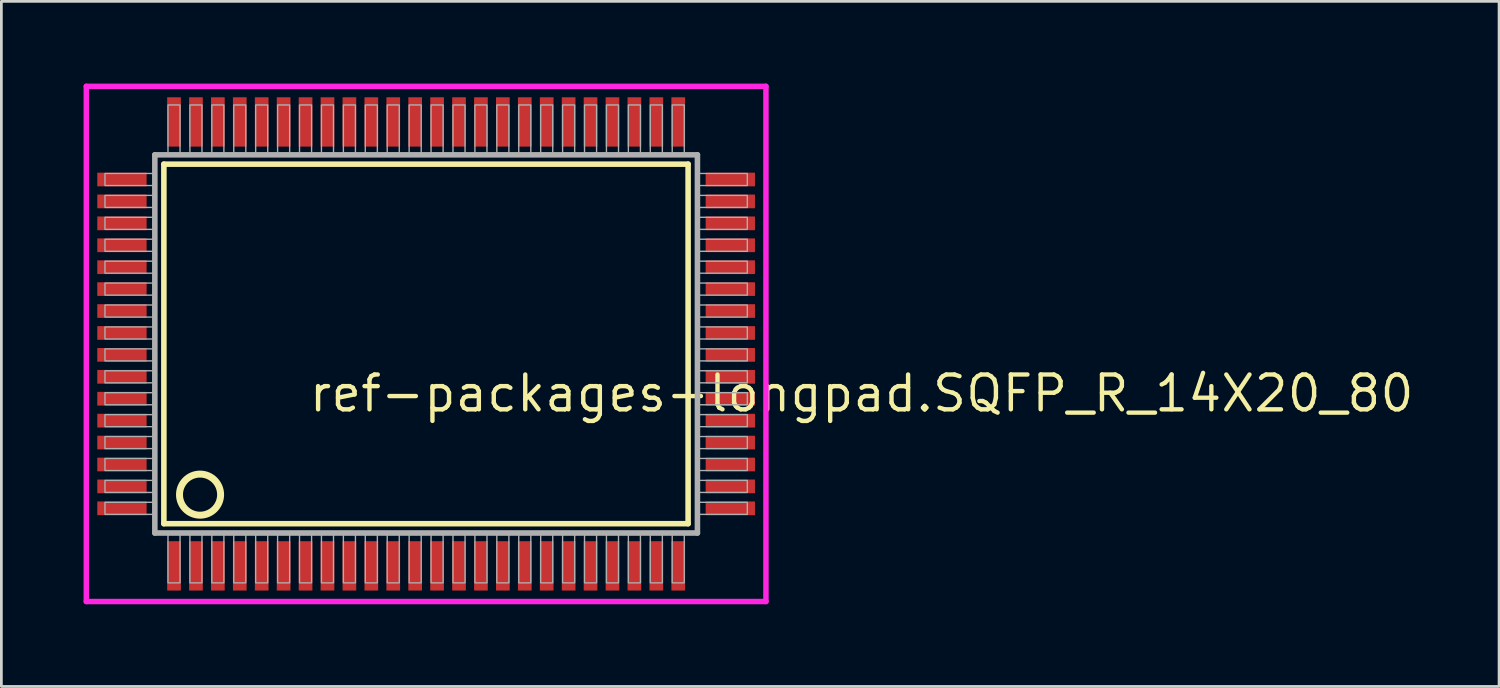
<source format=kicad_pcb>
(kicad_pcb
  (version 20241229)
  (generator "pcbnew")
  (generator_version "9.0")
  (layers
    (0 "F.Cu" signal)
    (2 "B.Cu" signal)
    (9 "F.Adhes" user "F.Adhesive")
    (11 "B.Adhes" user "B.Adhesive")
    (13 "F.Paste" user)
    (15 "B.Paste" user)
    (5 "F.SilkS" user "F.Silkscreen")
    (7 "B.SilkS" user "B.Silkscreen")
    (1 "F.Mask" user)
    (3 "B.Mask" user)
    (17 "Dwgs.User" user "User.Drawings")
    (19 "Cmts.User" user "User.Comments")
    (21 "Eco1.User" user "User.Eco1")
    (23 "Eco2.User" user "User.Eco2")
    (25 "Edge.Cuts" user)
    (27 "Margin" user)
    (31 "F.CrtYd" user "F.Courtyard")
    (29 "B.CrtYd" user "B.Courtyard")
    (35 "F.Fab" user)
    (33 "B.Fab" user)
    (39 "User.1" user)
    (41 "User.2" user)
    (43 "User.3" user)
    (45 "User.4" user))
  (footprint "ref-packages-longpad.SQFP_R_14X20_80"
    (layer "F.Cu")
    (at 12.5 9.5)
    (property "Reference" "ref-packages-longpad.SQFP_R_14X20_80" (at -4.35 2.55 0) (layer "F.SilkS") (effects (font (size 1.27 1.27) (thickness 0.16)) (justify left bottom)))
    (attr smd)
    (fp_line (start -9.57 -6.56) (end 9.56 -6.56) (stroke (width 0.203) (type default)) (layer "F.SilkS"))
    (fp_line (start -9.57 6.56) (end -9.57 -6.56) (stroke (width 0.203) (type default)) (layer "F.SilkS"))
    (fp_line (start 9.56 -6.56) (end 9.56 6.56) (stroke (width 0.203) (type default)) (layer "F.SilkS"))
    (fp_line (start 9.56 6.56) (end -9.57 6.56) (stroke (width 0.203) (type default)) (layer "F.SilkS"))
    (fp_circle (center -8.25 5.5) (end -7.5 5.5) (stroke (width 0.254) (type default)) (fill no) (layer "F.SilkS"))
    (fp_line (start -12.4 -9.4) (end 12.4 -9.4) (stroke (width 0.2) (type default)) (layer "F.CrtYd"))
    (fp_line (start -12.4 9.4) (end -12.4 -9.4) (stroke (width 0.2) (type default)) (layer "F.CrtYd"))
    (fp_line (start 12.4 -9.4) (end 12.4 9.4) (stroke (width 0.2) (type default)) (layer "F.CrtYd"))
    (fp_line (start 12.4 9.4) (end -12.4 9.4) (stroke (width 0.2) (type default)) (layer "F.CrtYd"))
    (fp_line (start -9.9 -6.9) (end -9.9 6.9) (stroke (width 0.203) (type default)) (layer "F.Fab"))
    (fp_line (start -9.9 6.9) (end 9.9 6.9) (stroke (width 0.203) (type default)) (layer "F.Fab"))
    (fp_line (start 9.9 -6.9) (end -9.9 -6.9) (stroke (width 0.203) (type default)) (layer "F.Fab"))
    (fp_line (start 9.9 6.9) (end 9.9 -6.9) (stroke (width 0.203) (type default)) (layer "F.Fab"))
    (fp_rect (start -11.72 -5.78) (end -9.95 -6.22) (stroke (width 0.05) (type default)) (fill no) (layer "F.Fab"))
    (fp_rect (start -11.72 -4.98) (end -9.95 -5.42) (stroke (width 0.05) (type default)) (fill no) (layer "F.Fab"))
    (fp_rect (start -11.72 -4.18) (end -9.95 -4.62) (stroke (width 0.05) (type default)) (fill no) (layer "F.Fab"))
    (fp_rect (start -11.72 -3.38) (end -9.95 -3.82) (stroke (width 0.05) (type default)) (fill no) (layer "F.Fab"))
    (fp_rect (start -11.72 -2.58) (end -9.95 -3.02) (stroke (width 0.05) (type default)) (fill no) (layer "F.Fab"))
    (fp_rect (start -11.72 -1.78) (end -9.95 -2.22) (stroke (width 0.05) (type default)) (fill no) (layer "F.Fab"))
    (fp_rect (start -11.72 -0.98) (end -9.95 -1.42) (stroke (width 0.05) (type default)) (fill no) (layer "F.Fab"))
    (fp_rect (start -11.72 -0.18) (end -9.95 -0.62) (stroke (width 0.05) (type default)) (fill no) (layer "F.Fab"))
    (fp_rect (start -11.72 0.62) (end -9.95 0.18) (stroke (width 0.05) (type default)) (fill no) (layer "F.Fab"))
    (fp_rect (start -11.72 1.42) (end -9.95 0.98) (stroke (width 0.05) (type default)) (fill no) (layer "F.Fab"))
    (fp_rect (start -11.72 2.22) (end -9.95 1.78) (stroke (width 0.05) (type default)) (fill no) (layer "F.Fab"))
    (fp_rect (start -11.72 3.02) (end -9.95 2.58) (stroke (width 0.05) (type default)) (fill no) (layer "F.Fab"))
    (fp_rect (start -11.72 3.82) (end -9.95 3.38) (stroke (width 0.05) (type default)) (fill no) (layer "F.Fab"))
    (fp_rect (start -11.72 4.62) (end -9.95 4.18) (stroke (width 0.05) (type default)) (fill no) (layer "F.Fab"))
    (fp_rect (start -11.72 5.42) (end -9.95 4.98) (stroke (width 0.05) (type default)) (fill no) (layer "F.Fab"))
    (fp_rect (start -11.72 6.22) (end -9.95 5.78) (stroke (width 0.05) (type default)) (fill no) (layer "F.Fab"))
    (fp_rect (start -9.42 -6.95) (end -8.98 -8.72) (stroke (width 0.05) (type default)) (fill no) (layer "F.Fab"))
    (fp_rect (start -9.42 8.72) (end -8.98 6.95) (stroke (width 0.05) (type default)) (fill no) (layer "F.Fab"))
    (fp_rect (start -8.62 -6.95) (end -8.18 -8.72) (stroke (width 0.05) (type default)) (fill no) (layer "F.Fab"))
    (fp_rect (start -8.62 8.72) (end -8.18 6.95) (stroke (width 0.05) (type default)) (fill no) (layer "F.Fab"))
    (fp_rect (start -7.82 -6.95) (end -7.38 -8.72) (stroke (width 0.05) (type default)) (fill no) (layer "F.Fab"))
    (fp_rect (start -7.82 8.72) (end -7.38 6.95) (stroke (width 0.05) (type default)) (fill no) (layer "F.Fab"))
    (fp_rect (start -7.02 -6.95) (end -6.58 -8.72) (stroke (width 0.05) (type default)) (fill no) (layer "F.Fab"))
    (fp_rect (start -7.02 8.72) (end -6.58 6.95) (stroke (width 0.05) (type default)) (fill no) (layer "F.Fab"))
    (fp_rect (start -6.22 -6.95) (end -5.78 -8.72) (stroke (width 0.05) (type default)) (fill no) (layer "F.Fab"))
    (fp_rect (start -6.22 8.72) (end -5.78 6.95) (stroke (width 0.05) (type default)) (fill no) (layer "F.Fab"))
    (fp_rect (start -5.42 -6.95) (end -4.98 -8.72) (stroke (width 0.05) (type default)) (fill no) (layer "F.Fab"))
    (fp_rect (start -5.42 8.72) (end -4.98 6.95) (stroke (width 0.05) (type default)) (fill no) (layer "F.Fab"))
    (fp_rect (start -4.62 -6.95) (end -4.18 -8.72) (stroke (width 0.05) (type default)) (fill no) (layer "F.Fab"))
    (fp_rect (start -4.62 8.72) (end -4.18 6.95) (stroke (width 0.05) (type default)) (fill no) (layer "F.Fab"))
    (fp_rect (start -3.82 -6.95) (end -3.38 -8.72) (stroke (width 0.05) (type default)) (fill no) (layer "F.Fab"))
    (fp_rect (start -3.82 8.72) (end -3.38 6.95) (stroke (width 0.05) (type default)) (fill no) (layer "F.Fab"))
    (fp_rect (start -3.02 -6.95) (end -2.58 -8.72) (stroke (width 0.05) (type default)) (fill no) (layer "F.Fab"))
    (fp_rect (start -3.02 8.72) (end -2.58 6.95) (stroke (width 0.05) (type default)) (fill no) (layer "F.Fab"))
    (fp_rect (start -2.22 -6.95) (end -1.78 -8.72) (stroke (width 0.05) (type default)) (fill no) (layer "F.Fab"))
    (fp_rect (start -2.22 8.72) (end -1.78 6.95) (stroke (width 0.05) (type default)) (fill no) (layer "F.Fab"))
    (fp_rect (start -1.42 -6.95) (end -0.98 -8.72) (stroke (width 0.05) (type default)) (fill no) (layer "F.Fab"))
    (fp_rect (start -1.42 8.72) (end -0.98 6.95) (stroke (width 0.05) (type default)) (fill no) (layer "F.Fab"))
    (fp_rect (start -0.62 -6.95) (end -0.18 -8.72) (stroke (width 0.05) (type default)) (fill no) (layer "F.Fab"))
    (fp_rect (start -0.62 8.72) (end -0.18 6.95) (stroke (width 0.05) (type default)) (fill no) (layer "F.Fab"))
    (fp_rect (start 0.18 -6.95) (end 0.62 -8.72) (stroke (width 0.05) (type default)) (fill no) (layer "F.Fab"))
    (fp_rect (start 0.18 8.72) (end 0.62 6.95) (stroke (width 0.05) (type default)) (fill no) (layer "F.Fab"))
    (fp_rect (start 0.98 -6.95) (end 1.42 -8.72) (stroke (width 0.05) (type default)) (fill no) (layer "F.Fab"))
    (fp_rect (start 0.98 8.72) (end 1.42 6.95) (stroke (width 0.05) (type default)) (fill no) (layer "F.Fab"))
    (fp_rect (start 1.78 -6.95) (end 2.22 -8.72) (stroke (width 0.05) (type default)) (fill no) (layer "F.Fab"))
    (fp_rect (start 1.78 8.72) (end 2.22 6.95) (stroke (width 0.05) (type default)) (fill no) (layer "F.Fab"))
    (fp_rect (start 2.58 -6.95) (end 3.02 -8.72) (stroke (width 0.05) (type default)) (fill no) (layer "F.Fab"))
    (fp_rect (start 2.58 8.72) (end 3.02 6.95) (stroke (width 0.05) (type default)) (fill no) (layer "F.Fab"))
    (fp_rect (start 3.38 -6.95) (end 3.82 -8.72) (stroke (width 0.05) (type default)) (fill no) (layer "F.Fab"))
    (fp_rect (start 3.38 8.72) (end 3.82 6.95) (stroke (width 0.05) (type default)) (fill no) (layer "F.Fab"))
    (fp_rect (start 4.18 -6.95) (end 4.62 -8.72) (stroke (width 0.05) (type default)) (fill no) (layer "F.Fab"))
    (fp_rect (start 4.18 8.72) (end 4.62 6.95) (stroke (width 0.05) (type default)) (fill no) (layer "F.Fab"))
    (fp_rect (start 4.98 -6.95) (end 5.42 -8.72) (stroke (width 0.05) (type default)) (fill no) (layer "F.Fab"))
    (fp_rect (start 4.98 8.72) (end 5.42 6.95) (stroke (width 0.05) (type default)) (fill no) (layer "F.Fab"))
    (fp_rect (start 5.78 -6.95) (end 6.22 -8.72) (stroke (width 0.05) (type default)) (fill no) (layer "F.Fab"))
    (fp_rect (start 5.78 8.72) (end 6.22 6.95) (stroke (width 0.05) (type default)) (fill no) (layer "F.Fab"))
    (fp_rect (start 6.58 -6.95) (end 7.02 -8.72) (stroke (width 0.05) (type default)) (fill no) (layer "F.Fab"))
    (fp_rect (start 6.58 8.72) (end 7.02 6.95) (stroke (width 0.05) (type default)) (fill no) (layer "F.Fab"))
    (fp_rect (start 7.38 -6.95) (end 7.82 -8.72) (stroke (width 0.05) (type default)) (fill no) (layer "F.Fab"))
    (fp_rect (start 7.38 8.72) (end 7.82 6.95) (stroke (width 0.05) (type default)) (fill no) (layer "F.Fab"))
    (fp_rect (start 8.18 -6.95) (end 8.62 -8.72) (stroke (width 0.05) (type default)) (fill no) (layer "F.Fab"))
    (fp_rect (start 8.18 8.72) (end 8.62 6.95) (stroke (width 0.05) (type default)) (fill no) (layer "F.Fab"))
    (fp_rect (start 8.98 -6.95) (end 9.42 -8.72) (stroke (width 0.05) (type default)) (fill no) (layer "F.Fab"))
    (fp_rect (start 8.98 8.72) (end 9.42 6.95) (stroke (width 0.05) (type default)) (fill no) (layer "F.Fab"))
    (fp_rect (start 9.95 -5.78) (end 11.72 -6.22) (stroke (width 0.05) (type default)) (fill no) (layer "F.Fab"))
    (fp_rect (start 9.95 -4.98) (end 11.72 -5.42) (stroke (width 0.05) (type default)) (fill no) (layer "F.Fab"))
    (fp_rect (start 9.95 -4.18) (end 11.72 -4.62) (stroke (width 0.05) (type default)) (fill no) (layer "F.Fab"))
    (fp_rect (start 9.95 -3.38) (end 11.72 -3.82) (stroke (width 0.05) (type default)) (fill no) (layer "F.Fab"))
    (fp_rect (start 9.95 -2.58) (end 11.72 -3.02) (stroke (width 0.05) (type default)) (fill no) (layer "F.Fab"))
    (fp_rect (start 9.95 -1.78) (end 11.72 -2.22) (stroke (width 0.05) (type default)) (fill no) (layer "F.Fab"))
    (fp_rect (start 9.95 -0.98) (end 11.72 -1.42) (stroke (width 0.05) (type default)) (fill no) (layer "F.Fab"))
    (fp_rect (start 9.95 -0.18) (end 11.72 -0.62) (stroke (width 0.05) (type default)) (fill no) (layer "F.Fab"))
    (fp_rect (start 9.95 0.62) (end 11.72 0.18) (stroke (width 0.05) (type default)) (fill no) (layer "F.Fab"))
    (fp_rect (start 9.95 1.42) (end 11.72 0.98) (stroke (width 0.05) (type default)) (fill no) (layer "F.Fab"))
    (fp_rect (start 9.95 2.22) (end 11.72 1.78) (stroke (width 0.05) (type default)) (fill no) (layer "F.Fab"))
    (fp_rect (start 9.95 3.02) (end 11.72 2.58) (stroke (width 0.05) (type default)) (fill no) (layer "F.Fab"))
    (fp_rect (start 9.95 3.82) (end 11.72 3.38) (stroke (width 0.05) (type default)) (fill no) (layer "F.Fab"))
    (fp_rect (start 9.95 4.62) (end 11.72 4.18) (stroke (width 0.05) (type default)) (fill no) (layer "F.Fab"))
    (fp_rect (start 9.95 5.42) (end 11.72 4.98) (stroke (width 0.05) (type default)) (fill no) (layer "F.Fab"))
    (fp_rect (start 9.95 6.22) (end 11.72 5.78) (stroke (width 0.05) (type default)) (fill no) (layer "F.Fab"))
    (pad "1" smd roundrect (at -9.2 8.1) (size 0.5 1.8) (layers "F.Cu" "F.Mask" "F.Paste") (roundrect_rratio 0.01))
    (pad "2" smd roundrect (at -8.4 8.1) (size 0.5 1.8) (layers "F.Cu" "F.Mask" "F.Paste") (roundrect_rratio 0.01))
    (pad "3" smd roundrect (at -7.6 8.1) (size 0.5 1.8) (layers "F.Cu" "F.Mask" "F.Paste") (roundrect_rratio 0.01))
    (pad "4" smd roundrect (at -6.8 8.1) (size 0.5 1.8) (layers "F.Cu" "F.Mask" "F.Paste") (roundrect_rratio 0.01))
    (pad "5" smd roundrect (at -6 8.1) (size 0.5 1.8) (layers "F.Cu" "F.Mask" "F.Paste") (roundrect_rratio 0.01))
    (pad "6" smd roundrect (at -5.2 8.1) (size 0.5 1.8) (layers "F.Cu" "F.Mask" "F.Paste") (roundrect_rratio 0.01))
    (pad "7" smd roundrect (at -4.4 8.1) (size 0.5 1.8) (layers "F.Cu" "F.Mask" "F.Paste") (roundrect_rratio 0.01))
    (pad "8" smd roundrect (at -3.6 8.1) (size 0.5 1.8) (layers "F.Cu" "F.Mask" "F.Paste") (roundrect_rratio 0.01))
    (pad "9" smd roundrect (at -2.8 8.1) (size 0.5 1.8) (layers "F.Cu" "F.Mask" "F.Paste") (roundrect_rratio 0.01))
    (pad "10" smd roundrect (at -2 8.1) (size 0.5 1.8) (layers "F.Cu" "F.Mask" "F.Paste") (roundrect_rratio 0.01))
    (pad "11" smd roundrect (at -1.2 8.1) (size 0.5 1.8) (layers "F.Cu" "F.Mask" "F.Paste") (roundrect_rratio 0.01))
    (pad "12" smd roundrect (at -0.4 8.1) (size 0.5 1.8) (layers "F.Cu" "F.Mask" "F.Paste") (roundrect_rratio 0.01))
    (pad "13" smd roundrect (at 0.4 8.1) (size 0.5 1.8) (layers "F.Cu" "F.Mask" "F.Paste") (roundrect_rratio 0.01))
    (pad "14" smd roundrect (at 1.2 8.1) (size 0.5 1.8) (layers "F.Cu" "F.Mask" "F.Paste") (roundrect_rratio 0.01))
    (pad "15" smd roundrect (at 2 8.1) (size 0.5 1.8) (layers "F.Cu" "F.Mask" "F.Paste") (roundrect_rratio 0.01))
    (pad "16" smd roundrect (at 2.8 8.1) (size 0.5 1.8) (layers "F.Cu" "F.Mask" "F.Paste") (roundrect_rratio 0.01))
    (pad "17" smd roundrect (at 3.6 8.1) (size 0.5 1.8) (layers "F.Cu" "F.Mask" "F.Paste") (roundrect_rratio 0.01))
    (pad "18" smd roundrect (at 4.4 8.1) (size 0.5 1.8) (layers "F.Cu" "F.Mask" "F.Paste") (roundrect_rratio 0.01))
    (pad "19" smd roundrect (at 5.2 8.1) (size 0.5 1.8) (layers "F.Cu" "F.Mask" "F.Paste") (roundrect_rratio 0.01))
    (pad "20" smd roundrect (at 6 8.1) (size 0.5 1.8) (layers "F.Cu" "F.Mask" "F.Paste") (roundrect_rratio 0.01))
    (pad "21" smd roundrect (at 6.8 8.1) (size 0.5 1.8) (layers "F.Cu" "F.Mask" "F.Paste") (roundrect_rratio 0.01))
    (pad "22" smd roundrect (at 7.6 8.1) (size 0.5 1.8) (layers "F.Cu" "F.Mask" "F.Paste") (roundrect_rratio 0.01))
    (pad "23" smd roundrect (at 8.4 8.1) (size 0.5 1.8) (layers "F.Cu" "F.Mask" "F.Paste") (roundrect_rratio 0.01))
    (pad "24" smd roundrect (at 9.2 8.1) (size 0.5 1.8) (layers "F.Cu" "F.Mask" "F.Paste") (roundrect_rratio 0.01))
    (pad "25" smd roundrect (at 11.1 6) (size 1.8 0.5) (layers "F.Cu" "F.Mask" "F.Paste") (roundrect_rratio 0.01))
    (pad "26" smd roundrect (at 11.1 5.2) (size 1.8 0.5) (layers "F.Cu" "F.Mask" "F.Paste") (roundrect_rratio 0.01))
    (pad "27" smd roundrect (at 11.1 4.4) (size 1.8 0.5) (layers "F.Cu" "F.Mask" "F.Paste") (roundrect_rratio 0.01))
    (pad "28" smd roundrect (at 11.1 3.6) (size 1.8 0.5) (layers "F.Cu" "F.Mask" "F.Paste") (roundrect_rratio 0.01))
    (pad "29" smd roundrect (at 11.1 2.8) (size 1.8 0.5) (layers "F.Cu" "F.Mask" "F.Paste") (roundrect_rratio 0.01))
    (pad "30" smd roundrect (at 11.1 2) (size 1.8 0.5) (layers "F.Cu" "F.Mask" "F.Paste") (roundrect_rratio 0.01))
    (pad "31" smd roundrect (at 11.1 1.2) (size 1.8 0.5) (layers "F.Cu" "F.Mask" "F.Paste") (roundrect_rratio 0.01))
    (pad "32" smd roundrect (at 11.1 0.4) (size 1.8 0.5) (layers "F.Cu" "F.Mask" "F.Paste") (roundrect_rratio 0.01))
    (pad "33" smd roundrect (at 11.1 -0.4) (size 1.8 0.5) (layers "F.Cu" "F.Mask" "F.Paste") (roundrect_rratio 0.01))
    (pad "34" smd roundrect (at 11.1 -1.2) (size 1.8 0.5) (layers "F.Cu" "F.Mask" "F.Paste") (roundrect_rratio 0.01))
    (pad "35" smd roundrect (at 11.1 -2) (size 1.8 0.5) (layers "F.Cu" "F.Mask" "F.Paste") (roundrect_rratio 0.01))
    (pad "36" smd roundrect (at 11.1 -2.8) (size 1.8 0.5) (layers "F.Cu" "F.Mask" "F.Paste") (roundrect_rratio 0.01))
    (pad "37" smd roundrect (at 11.1 -3.6) (size 1.8 0.5) (layers "F.Cu" "F.Mask" "F.Paste") (roundrect_rratio 0.01))
    (pad "38" smd roundrect (at 11.1 -4.4) (size 1.8 0.5) (layers "F.Cu" "F.Mask" "F.Paste") (roundrect_rratio 0.01))
    (pad "39" smd roundrect (at 11.1 -5.2) (size 1.8 0.5) (layers "F.Cu" "F.Mask" "F.Paste") (roundrect_rratio 0.01))
    (pad "40" smd roundrect (at 11.1 -6) (size 1.8 0.5) (layers "F.Cu" "F.Mask" "F.Paste") (roundrect_rratio 0.01))
    (pad "41" smd roundrect (at 9.2 -8.1) (size 0.5 1.8) (layers "F.Cu" "F.Mask" "F.Paste") (roundrect_rratio 0.01))
    (pad "42" smd roundrect (at 8.4 -8.1) (size 0.5 1.8) (layers "F.Cu" "F.Mask" "F.Paste") (roundrect_rratio 0.01))
    (pad "43" smd roundrect (at 7.6 -8.1) (size 0.5 1.8) (layers "F.Cu" "F.Mask" "F.Paste") (roundrect_rratio 0.01))
    (pad "44" smd roundrect (at 6.8 -8.1) (size 0.5 1.8) (layers "F.Cu" "F.Mask" "F.Paste") (roundrect_rratio 0.01))
    (pad "45" smd roundrect (at 6 -8.1) (size 0.5 1.8) (layers "F.Cu" "F.Mask" "F.Paste") (roundrect_rratio 0.01))
    (pad "46" smd roundrect (at 5.2 -8.1) (size 0.5 1.8) (layers "F.Cu" "F.Mask" "F.Paste") (roundrect_rratio 0.01))
    (pad "47" smd roundrect (at 4.4 -8.1) (size 0.5 1.8) (layers "F.Cu" "F.Mask" "F.Paste") (roundrect_rratio 0.01))
    (pad "48" smd roundrect (at 3.6 -8.1) (size 0.5 1.8) (layers "F.Cu" "F.Mask" "F.Paste") (roundrect_rratio 0.01))
    (pad "49" smd roundrect (at 2.8 -8.1) (size 0.5 1.8) (layers "F.Cu" "F.Mask" "F.Paste") (roundrect_rratio 0.01))
    (pad "50" smd roundrect (at 2 -8.1) (size 0.5 1.8) (layers "F.Cu" "F.Mask" "F.Paste") (roundrect_rratio 0.01))
    (pad "51" smd roundrect (at 1.2 -8.1) (size 0.5 1.8) (layers "F.Cu" "F.Mask" "F.Paste") (roundrect_rratio 0.01))
    (pad "52" smd roundrect (at 0.4 -8.1) (size 0.5 1.8) (layers "F.Cu" "F.Mask" "F.Paste") (roundrect_rratio 0.01))
    (pad "53" smd roundrect (at -0.4 -8.1) (size 0.5 1.8) (layers "F.Cu" "F.Mask" "F.Paste") (roundrect_rratio 0.01))
    (pad "54" smd roundrect (at -1.2 -8.1) (size 0.5 1.8) (layers "F.Cu" "F.Mask" "F.Paste") (roundrect_rratio 0.01))
    (pad "55" smd roundrect (at -2 -8.1) (size 0.5 1.8) (layers "F.Cu" "F.Mask" "F.Paste") (roundrect_rratio 0.01))
    (pad "56" smd roundrect (at -2.8 -8.1) (size 0.5 1.8) (layers "F.Cu" "F.Mask" "F.Paste") (roundrect_rratio 0.01))
    (pad "57" smd roundrect (at -3.6 -8.1) (size 0.5 1.8) (layers "F.Cu" "F.Mask" "F.Paste") (roundrect_rratio 0.01))
    (pad "58" smd roundrect (at -4.4 -8.1) (size 0.5 1.8) (layers "F.Cu" "F.Mask" "F.Paste") (roundrect_rratio 0.01))
    (pad "59" smd roundrect (at -5.2 -8.1) (size 0.5 1.8) (layers "F.Cu" "F.Mask" "F.Paste") (roundrect_rratio 0.01))
    (pad "60" smd roundrect (at -6 -8.1) (size 0.5 1.8) (layers "F.Cu" "F.Mask" "F.Paste") (roundrect_rratio 0.01))
    (pad "61" smd roundrect (at -6.8 -8.1) (size 0.5 1.8) (layers "F.Cu" "F.Mask" "F.Paste") (roundrect_rratio 0.01))
    (pad "62" smd roundrect (at -7.6 -8.1) (size 0.5 1.8) (layers "F.Cu" "F.Mask" "F.Paste") (roundrect_rratio 0.01))
    (pad "63" smd roundrect (at -8.4 -8.1) (size 0.5 1.8) (layers "F.Cu" "F.Mask" "F.Paste") (roundrect_rratio 0.01))
    (pad "64" smd roundrect (at -9.2 -8.1) (size 0.5 1.8) (layers "F.Cu" "F.Mask" "F.Paste") (roundrect_rratio 0.01))
    (pad "65" smd roundrect (at -11.1 -6) (size 1.8 0.5) (layers "F.Cu" "F.Mask" "F.Paste") (roundrect_rratio 0.01))
    (pad "66" smd roundrect (at -11.1 -5.2) (size 1.8 0.5) (layers "F.Cu" "F.Mask" "F.Paste") (roundrect_rratio 0.01))
    (pad "67" smd roundrect (at -11.1 -4.4) (size 1.8 0.5) (layers "F.Cu" "F.Mask" "F.Paste") (roundrect_rratio 0.01))
    (pad "68" smd roundrect (at -11.1 -3.6) (size 1.8 0.5) (layers "F.Cu" "F.Mask" "F.Paste") (roundrect_rratio 0.01))
    (pad "69" smd roundrect (at -11.1 -2.8) (size 1.8 0.5) (layers "F.Cu" "F.Mask" "F.Paste") (roundrect_rratio 0.01))
    (pad "70" smd roundrect (at -11.1 -2) (size 1.8 0.5) (layers "F.Cu" "F.Mask" "F.Paste") (roundrect_rratio 0.01))
    (pad "71" smd roundrect (at -11.1 -1.2) (size 1.8 0.5) (layers "F.Cu" "F.Mask" "F.Paste") (roundrect_rratio 0.01))
    (pad "72" smd roundrect (at -11.1 -0.4) (size 1.8 0.5) (layers "F.Cu" "F.Mask" "F.Paste") (roundrect_rratio 0.01))
    (pad "73" smd roundrect (at -11.1 0.4) (size 1.8 0.5) (layers "F.Cu" "F.Mask" "F.Paste") (roundrect_rratio 0.01))
    (pad "74" smd roundrect (at -11.1 1.2) (size 1.8 0.5) (layers "F.Cu" "F.Mask" "F.Paste") (roundrect_rratio 0.01))
    (pad "75" smd roundrect (at -11.1 2) (size 1.8 0.5) (layers "F.Cu" "F.Mask" "F.Paste") (roundrect_rratio 0.01))
    (pad "76" smd roundrect (at -11.1 2.8) (size 1.8 0.5) (layers "F.Cu" "F.Mask" "F.Paste") (roundrect_rratio 0.01))
    (pad "77" smd roundrect (at -11.1 3.6) (size 1.8 0.5) (layers "F.Cu" "F.Mask" "F.Paste") (roundrect_rratio 0.01))
    (pad "78" smd roundrect (at -11.1 4.4) (size 1.8 0.5) (layers "F.Cu" "F.Mask" "F.Paste") (roundrect_rratio 0.01))
    (pad "79" smd roundrect (at -11.1 5.2) (size 1.8 0.5) (layers "F.Cu" "F.Mask" "F.Paste") (roundrect_rratio 0.01))
    (pad "80" smd roundrect (at -11.1 6) (size 1.8 0.5) (layers "F.Cu" "F.Mask" "F.Paste") (roundrect_rratio 0.01)))
  (gr_rect
    (start -3 -3)
    (end 51.653 22)
    (stroke (width 0.1) (type default))
    (fill no)
    (layer "Edge.Cuts")))
</source>
